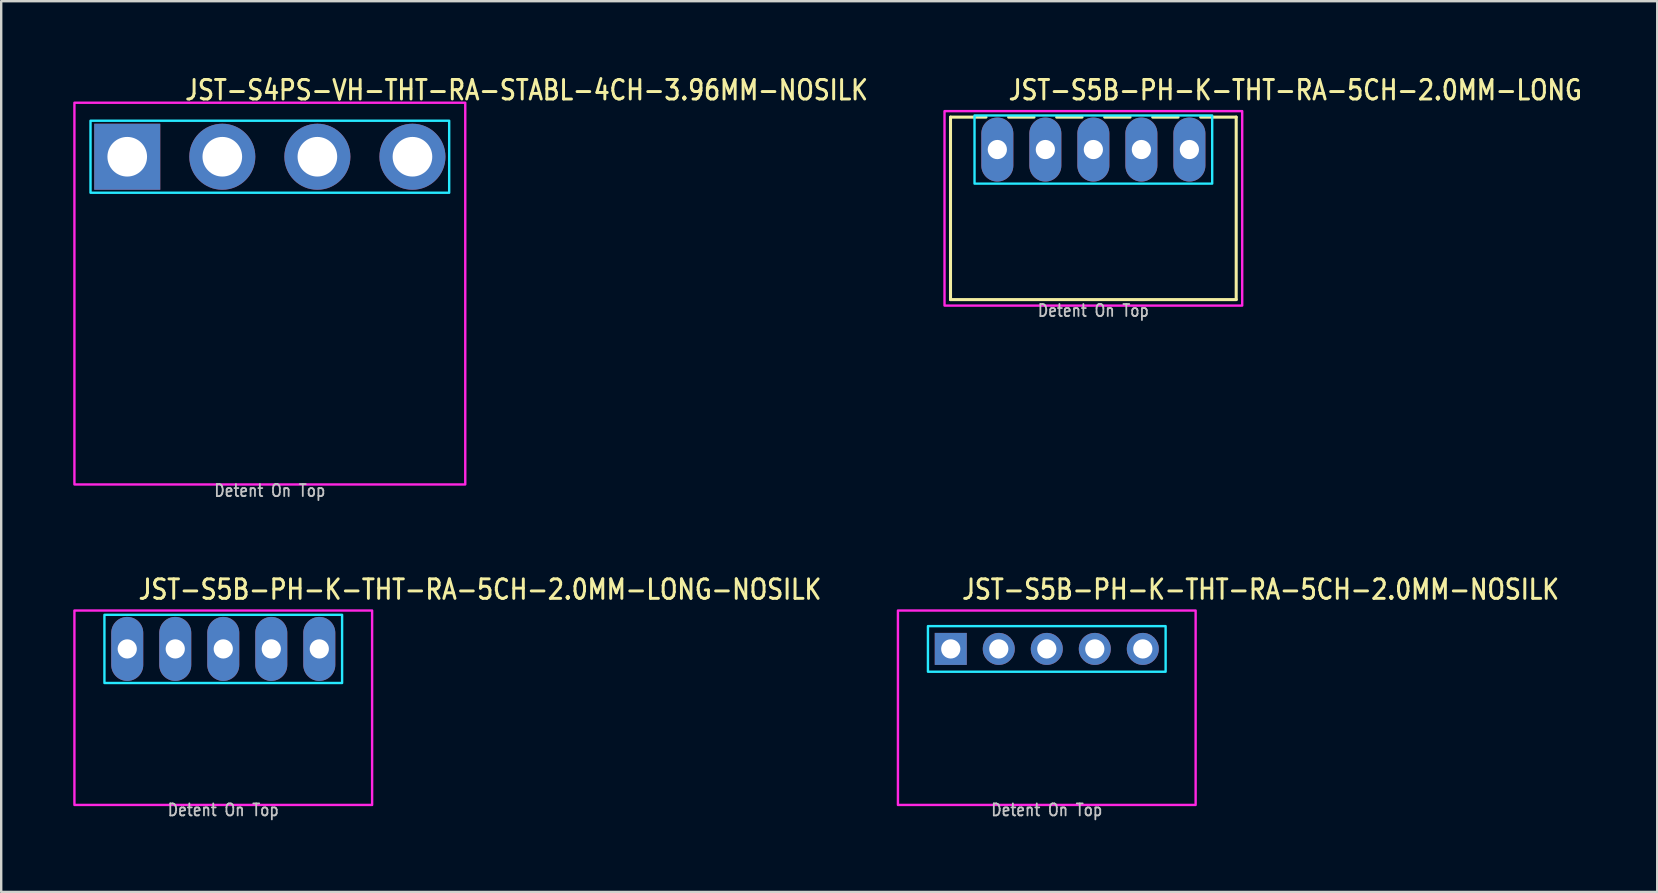
<source format=kicad_pcb>
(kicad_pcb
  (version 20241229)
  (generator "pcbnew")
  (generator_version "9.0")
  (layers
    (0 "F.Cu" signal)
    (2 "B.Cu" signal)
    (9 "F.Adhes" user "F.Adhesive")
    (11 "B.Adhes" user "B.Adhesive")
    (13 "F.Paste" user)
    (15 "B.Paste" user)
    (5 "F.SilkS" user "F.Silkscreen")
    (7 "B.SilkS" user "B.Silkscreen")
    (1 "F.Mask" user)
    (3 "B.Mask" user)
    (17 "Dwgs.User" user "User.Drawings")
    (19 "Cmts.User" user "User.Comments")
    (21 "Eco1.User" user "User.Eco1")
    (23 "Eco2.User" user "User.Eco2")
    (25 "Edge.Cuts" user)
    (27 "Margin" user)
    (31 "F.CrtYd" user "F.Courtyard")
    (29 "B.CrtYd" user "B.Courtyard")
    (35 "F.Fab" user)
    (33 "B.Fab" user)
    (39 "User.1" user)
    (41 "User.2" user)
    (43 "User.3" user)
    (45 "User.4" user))
  (footprint "JST-S5B-PH-K-THT-RA-5CH-2.0MM-LONG-NOSILK"
    (layer "F.Cu")
    (at 6.25 23.98)
    (property "Reference" "JST-S5B-PH-K-THT-RA-5CH-2.0MM-LONG-NOSILK" (at -3.6 -2 0) (unlocked yes) (layer "F.SilkS") (effects (font (size 0.813 0.695) (thickness 0.122)) (justify left bottom)))
    (fp_poly (pts (xy -4.95 -1.42) (xy -4.95 1.42) (xy 4.95 1.42) (xy 4.95 -1.42)) (stroke (width 0.1) (type solid)) (fill no) (layer "B.CrtYd"))
    (fp_poly (pts (xy -6.2 -1.6) (xy -6.2 6.5) (xy 6.2 6.5) (xy 6.2 -1.6)) (stroke (width 0.1) (type solid)) (fill no) (layer "F.CrtYd"))
    (fp_text user "Detent On Top" (at 0 7 0) (unlocked yes) (layer "Dwgs.User") (effects (font (size 0.5 0.427) (thickness 0.075)) (justify bottom)))
    (pad "1" thru_hole oval (at -4 0 90) (size 2.667 1.333) (drill 0.8) (layers "*.Cu" "*.Mask"))
    (pad "2" thru_hole oval (at -2 0 90) (size 2.667 1.333) (drill 0.8) (layers "*.Cu" "*.Mask"))
    (pad "3" thru_hole oval (at 0 0 90) (size 2.667 1.333) (drill 0.8) (layers "*.Cu" "*.Mask"))
    (pad "4" thru_hole oval (at 2 0 90) (size 2.667 1.333) (drill 0.8) (layers "*.Cu" "*.Mask"))
    (pad "5" thru_hole oval (at 4 0 90) (size 2.667 1.333) (drill 0.8) (layers "*.Cu" "*.Mask")))
  (footprint "JST-S5B-PH-K-THT-RA-5CH-2.0MM-LONG"
    (layer "F.Cu")
    (at 42.493 3.179)
    (property "Reference" "JST-S5B-PH-K-THT-RA-5CH-2.0MM-LONG" (at -3.6 -2 0) (unlocked yes) (layer "F.SilkS") (effects (font (size 0.813 0.695) (thickness 0.122)) (justify left bottom)))
    (fp_line (start -5.95 -1.35) (end -4.471 -1.35) (stroke (width 0.127) (type solid)) (layer "F.SilkS"))
    (fp_line (start -5.95 6.25) (end -5.95 -1.35) (stroke (width 0.127) (type solid)) (layer "F.SilkS"))
    (fp_line (start -5.95 6.25) (end 5.95 6.25) (stroke (width 0.127) (type solid)) (layer "F.SilkS"))
    (fp_line (start -3.529 -1.35) (end -2.471 -1.35) (stroke (width 0.127) (type solid)) (layer "F.SilkS"))
    (fp_line (start -1.529 -1.35) (end -0.471 -1.35) (stroke (width 0.127) (type solid)) (layer "F.SilkS"))
    (fp_line (start 0.471 -1.35) (end 1.529 -1.35) (stroke (width 0.127) (type solid)) (layer "F.SilkS"))
    (fp_line (start 2.471 -1.35) (end 3.529 -1.35) (stroke (width 0.127) (type solid)) (layer "F.SilkS"))
    (fp_line (start 4.471 -1.35) (end 5.95 -1.35) (stroke (width 0.127) (type solid)) (layer "F.SilkS"))
    (fp_line (start 5.95 -1.35) (end 5.95 6.25) (stroke (width 0.127) (type solid)) (layer "F.SilkS"))
    (fp_poly (pts (xy -4.95 -1.42) (xy -4.95 1.42) (xy 4.95 1.42) (xy 4.95 -1.42)) (stroke (width 0.1) (type solid)) (fill no) (layer "B.CrtYd"))
    (fp_poly (pts (xy -6.2 -1.6) (xy -6.2 6.5) (xy 6.2 6.5) (xy 6.2 -1.6)) (stroke (width 0.1) (type solid)) (fill no) (layer "F.CrtYd"))
    (fp_text user "Detent On Top" (at 0 7 0) (unlocked yes) (layer "Dwgs.User") (effects (font (size 0.5 0.427) (thickness 0.075)) (justify bottom)))
    (pad "1" thru_hole oval (at -4 0 90) (size 2.667 1.333) (drill 0.8) (layers "*.Cu" "*.Mask"))
    (pad "2" thru_hole oval (at -2 0 90) (size 2.667 1.333) (drill 0.8) (layers "*.Cu" "*.Mask"))
    (pad "3" thru_hole oval (at 0 0 90) (size 2.667 1.333) (drill 0.8) (layers "*.Cu" "*.Mask"))
    (pad "4" thru_hole oval (at 2 0 90) (size 2.667 1.333) (drill 0.8) (layers "*.Cu" "*.Mask"))
    (pad "5" thru_hole oval (at 4 0 90) (size 2.667 1.333) (drill 0.8) (layers "*.Cu" "*.Mask")))
  (footprint "JST-S5B-PH-K-THT-RA-5CH-2.0MM-NOSILK"
    (layer "F.Cu")
    (at 40.553 23.98)
    (property "Reference" "JST-S5B-PH-K-THT-RA-5CH-2.0MM-NOSILK" (at -3.6 -2 0) (unlocked yes) (layer "F.SilkS") (effects (font (size 0.813 0.695) (thickness 0.122)) (justify left bottom)))
    (fp_poly (pts (xy -4.95 -0.95) (xy -4.95 0.95) (xy 4.95 0.95) (xy 4.95 -0.95)) (stroke (width 0.1) (type solid)) (fill no) (layer "B.CrtYd"))
    (fp_poly (pts (xy -6.2 -1.6) (xy -6.2 6.5) (xy 6.2 6.5) (xy 6.2 -1.6)) (stroke (width 0.1) (type solid)) (fill no) (layer "F.CrtYd"))
    (fp_text user "Detent On Top" (at 0 7 0) (unlocked yes) (layer "Dwgs.User") (effects (font (size 0.5 0.427) (thickness 0.075)) (justify bottom)))
    (pad "1" thru_hole rect (at -4 0) (size 1.333 1.333) (drill 0.8) (layers "*.Cu" "*.Mask"))
    (pad "2" thru_hole oval (at -2 0) (size 1.333 1.333) (drill 0.8) (layers "*.Cu" "*.Mask"))
    (pad "3" thru_hole oval (at 0 0) (size 1.333 1.333) (drill 0.8) (layers "*.Cu" "*.Mask"))
    (pad "4" thru_hole oval (at 2 0) (size 1.333 1.333) (drill 0.8) (layers "*.Cu" "*.Mask"))
    (pad "5" thru_hole oval (at 4 0) (size 1.333 1.333) (drill 0.8) (layers "*.Cu" "*.Mask")))
  (footprint "JST-S4PS-VH-THT-RA-STABL-4CH-3.96MM-NOSILK"
    (layer "F.Cu")
    (at 8.19 3.479)
    (property "Reference" "JST-S4PS-VH-THT-RA-STABL-4CH-3.96MM-NOSILK" (at -3.6 -2.3 0) (unlocked yes) (layer "F.SilkS") (effects (font (size 0.813 0.695) (thickness 0.122)) (justify left bottom)))
    (fp_poly (pts (xy -7.47 -1.5) (xy -7.47 1.5) (xy 7.47 1.5) (xy 7.47 -1.5)) (stroke (width 0.1) (type solid)) (fill no) (layer "B.CrtYd"))
    (fp_poly (pts (xy -8.14 13.65) (xy 8.14 13.65) (xy 8.14 -2.25) (xy -8.14 -2.25)) (stroke (width 0.1) (type solid)) (fill no) (layer "F.CrtYd"))
    (fp_text user "Detent On Top" (at 0 14.2 0) (unlocked yes) (layer "Dwgs.User") (effects (font (size 0.5 0.427) (thickness 0.075)) (justify bottom)))
    (pad "1" thru_hole rect (at -5.94 0) (size 2.75 2.75) (drill 1.65) (layers "*.Cu" "*.Mask"))
    (pad "2" thru_hole oval (at -1.98 0) (size 2.75 2.75) (drill 1.65) (layers "*.Cu" "*.Mask"))
    (pad "3" thru_hole oval (at 1.98 0) (size 2.75 2.75) (drill 1.65) (layers "*.Cu" "*.Mask"))
    (pad "4" thru_hole oval (at 5.94 0) (size 2.75 2.75) (drill 1.65) (layers "*.Cu" "*.Mask")))
  (gr_rect
    (start -3 -3)
    (end 65.98 34.104)
    (stroke (width 0.1) (type default))
    (fill no)
    (layer "Edge.Cuts")))
</source>
